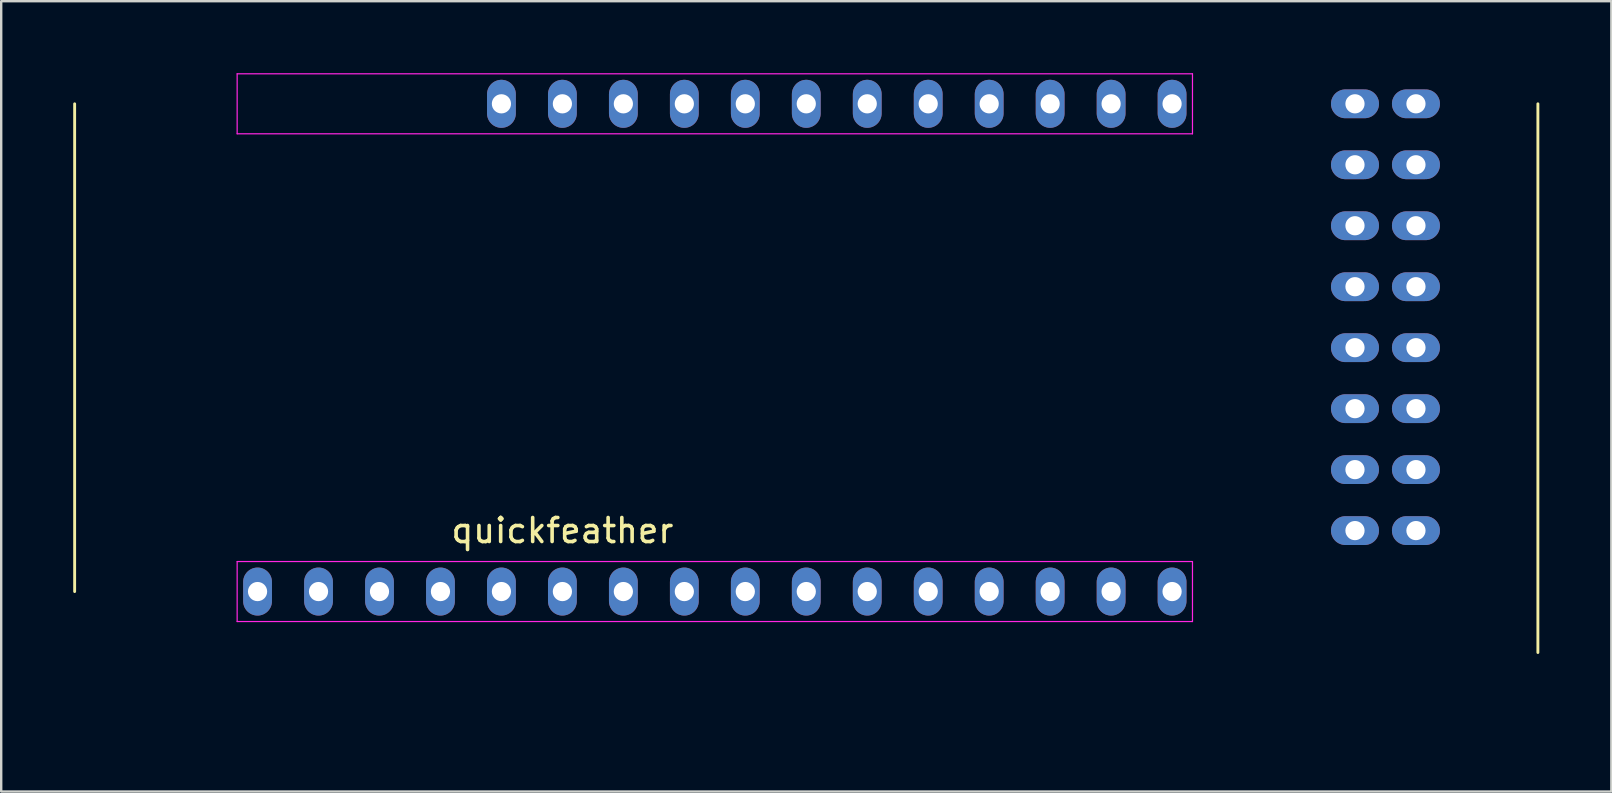
<source format=kicad_pcb>
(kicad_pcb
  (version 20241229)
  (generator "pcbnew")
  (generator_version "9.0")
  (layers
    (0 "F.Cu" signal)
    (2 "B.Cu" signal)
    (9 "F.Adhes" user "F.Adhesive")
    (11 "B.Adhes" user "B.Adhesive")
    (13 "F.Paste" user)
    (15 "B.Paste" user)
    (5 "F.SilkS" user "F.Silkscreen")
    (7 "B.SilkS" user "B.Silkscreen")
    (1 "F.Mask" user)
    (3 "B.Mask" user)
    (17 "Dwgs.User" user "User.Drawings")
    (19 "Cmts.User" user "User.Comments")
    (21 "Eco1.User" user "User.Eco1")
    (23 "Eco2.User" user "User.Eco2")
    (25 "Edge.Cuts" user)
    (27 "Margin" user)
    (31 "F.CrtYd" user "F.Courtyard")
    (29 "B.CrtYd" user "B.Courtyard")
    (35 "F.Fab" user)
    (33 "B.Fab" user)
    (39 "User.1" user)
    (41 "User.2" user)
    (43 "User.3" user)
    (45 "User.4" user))
  (footprint "quickfeather"
    (layer "F.Cu")
    (at 25.46 26.675)
    (property "Reference" "quickfeather" (at -5.08 -7.62 0) (layer "F.SilkS") (effects (font (size 1 1) (thickness 0.15))))
    (attr through_hole)
    (fp_line (start -25.4 -25.4) (end -25.4 -5.08) (stroke (width 0.12) (type solid)) (layer "F.SilkS"))
    (fp_line (start 35.56 -25.4) (end 35.56 -2.54) (stroke (width 0.12) (type solid)) (layer "F.SilkS"))
    (fp_line (start -18.63 -26.65) (end 21.17 -26.65) (stroke (width 0.05) (type solid)) (layer "F.CrtYd"))
    (fp_line (start -18.63 -24.15) (end -18.63 -26.65) (stroke (width 0.05) (type solid)) (layer "F.CrtYd"))
    (fp_line (start -18.63 -6.33) (end 21.17 -6.33) (stroke (width 0.05) (type solid)) (layer "F.CrtYd"))
    (fp_line (start -18.63 -3.83) (end -18.63 -6.33) (stroke (width 0.05) (type solid)) (layer "F.CrtYd"))
    (fp_line (start 21.17 -26.65) (end 21.17 -24.15) (stroke (width 0.05) (type solid)) (layer "F.CrtYd"))
    (fp_line (start 21.17 -24.15) (end -18.63 -24.15) (stroke (width 0.05) (type solid)) (layer "F.CrtYd"))
    (fp_line (start 21.17 -6.33) (end 21.17 -3.83) (stroke (width 0.05) (type solid)) (layer "F.CrtYd"))
    (fp_line (start 21.17 -3.83) (end -18.63 -3.83) (stroke (width 0.05) (type solid)) (layer "F.CrtYd"))
    (pad "1" thru_hole oval (at 20.32 -5.08) (size 1.2 2) (drill 0.8) (layers "*.Cu" "*.Mask"))
    (pad "2" thru_hole oval (at 17.78 -5.08) (size 1.2 2) (drill 0.8) (layers "*.Cu" "*.Mask"))
    (pad "3" thru_hole oval (at 15.24 -5.08) (size 1.2 2) (drill 0.8) (layers "*.Cu" "*.Mask"))
    (pad "4" thru_hole oval (at 12.7 -5.08) (size 1.2 2) (drill 0.8) (layers "*.Cu" "*.Mask"))
    (pad "5" thru_hole oval (at 10.16 -5.08) (size 1.2 2) (drill 0.8) (layers "*.Cu" "*.Mask"))
    (pad "6" thru_hole oval (at 7.62 -5.08) (size 1.2 2) (drill 0.8) (layers "*.Cu" "*.Mask"))
    (pad "7" thru_hole oval (at 5.08 -5.08) (size 1.2 2) (drill 0.8) (layers "*.Cu" "*.Mask"))
    (pad "8" thru_hole oval (at 2.54 -5.08) (size 1.2 2) (drill 0.8) (layers "*.Cu" "*.Mask"))
    (pad "9" thru_hole oval (at 0 -5.08) (size 1.2 2) (drill 0.8) (layers "*.Cu" "*.Mask"))
    (pad "10" thru_hole oval (at -2.54 -5.08) (size 1.2 2) (drill 0.8) (layers "*.Cu" "*.Mask"))
    (pad "11" thru_hole oval (at -5.08 -5.08) (size 1.2 2) (drill 0.8) (layers "*.Cu" "*.Mask"))
    (pad "12" thru_hole oval (at -7.62 -5.08) (size 1.2 2) (drill 0.8) (layers "*.Cu" "*.Mask"))
    (pad "13" thru_hole oval (at -10.16 -5.08) (size 1.2 2) (drill 0.8) (layers "*.Cu" "*.Mask"))
    (pad "14" thru_hole oval (at -12.7 -5.08) (size 1.2 2) (drill 0.8) (layers "*.Cu" "*.Mask"))
    (pad "15" thru_hole oval (at -15.24 -5.08) (size 1.2 2) (drill 0.8) (layers "*.Cu" "*.Mask"))
    (pad "16" thru_hole oval (at -17.78 -5.08) (size 1.2 2) (drill 0.8) (layers "*.Cu" "*.Mask"))
    (pad "17" thru_hole oval (at 27.94 -25.4 90) (size 1.2 2) (drill 0.8) (layers "*.Cu" "*.Mask"))
    (pad "18" thru_hole oval (at 27.94 -22.86 90) (size 1.2 2) (drill 0.8) (layers "*.Cu" "*.Mask"))
    (pad "19" thru_hole oval (at 27.94 -20.32 90) (size 1.2 2) (drill 0.8) (layers "*.Cu" "*.Mask"))
    (pad "20" thru_hole oval (at 27.94 -17.78 90) (size 1.2 2) (drill 0.8) (layers "*.Cu" "*.Mask"))
    (pad "21" thru_hole oval (at 27.94 -15.24 90) (size 1.2 2) (drill 0.8) (layers "*.Cu" "*.Mask"))
    (pad "22" thru_hole oval (at 27.94 -12.7 90) (size 1.2 2) (drill 0.8) (layers "*.Cu" "*.Mask"))
    (pad "23" thru_hole oval (at 27.94 -10.16 90) (size 1.2 2) (drill 0.8) (layers "*.Cu" "*.Mask"))
    (pad "24" thru_hole oval (at 27.94 -7.62 90) (size 1.2 2) (drill 0.8) (layers "*.Cu" "*.Mask"))
    (pad "25" thru_hole oval (at 20.32 -25.4) (size 1.2 2) (drill 0.8) (layers "*.Cu" "*.Mask"))
    (pad "26" thru_hole oval (at 17.78 -25.4) (size 1.2 2) (drill 0.8) (layers "*.Cu" "*.Mask"))
    (pad "27" thru_hole oval (at 15.24 -25.4) (size 1.2 2) (drill 0.8) (layers "*.Cu" "*.Mask"))
    (pad "28" thru_hole oval (at 12.7 -25.4) (size 1.2 2) (drill 0.8) (layers "*.Cu" "*.Mask"))
    (pad "29" thru_hole oval (at 10.16 -25.4) (size 1.2 2) (drill 0.8) (layers "*.Cu" "*.Mask"))
    (pad "30" thru_hole oval (at 7.62 -25.4) (size 1.2 2) (drill 0.8) (layers "*.Cu" "*.Mask"))
    (pad "31" thru_hole oval (at 5.08 -25.4) (size 1.2 2) (drill 0.8) (layers "*.Cu" "*.Mask"))
    (pad "32" thru_hole oval (at 2.54 -25.4) (size 1.2 2) (drill 0.8) (layers "*.Cu" "*.Mask"))
    (pad "33" thru_hole oval (at 0 -25.4) (size 1.2 2) (drill 0.8) (layers "*.Cu" "*.Mask"))
    (pad "34" thru_hole oval (at -2.54 -25.4) (size 1.2 2) (drill 0.8) (layers "*.Cu" "*.Mask"))
    (pad "35" thru_hole oval (at -5.08 -25.4) (size 1.2 2) (drill 0.8) (layers "*.Cu" "*.Mask"))
    (pad "36" thru_hole oval (at -7.62 -25.4) (size 1.2 2) (drill 0.8) (layers "*.Cu" "*.Mask"))
    (pad "37" thru_hole oval (at 30.48 -25.4 90) (size 1.2 2) (drill 0.8) (layers "*.Cu" "*.Mask"))
    (pad "38" thru_hole oval (at 30.48 -22.86 90) (size 1.2 2) (drill 0.8) (layers "*.Cu" "*.Mask"))
    (pad "39" thru_hole oval (at 30.48 -20.32 90) (size 1.2 2) (drill 0.8) (layers "*.Cu" "*.Mask"))
    (pad "40" thru_hole oval (at 30.48 -17.78 90) (size 1.2 2) (drill 0.8) (layers "*.Cu" "*.Mask"))
    (pad "41" thru_hole oval (at 30.48 -15.24 90) (size 1.2 2) (drill 0.8) (layers "*.Cu" "*.Mask"))
    (pad "42" thru_hole oval (at 30.48 -12.7 90) (size 1.2 2) (drill 0.8) (layers "*.Cu" "*.Mask"))
    (pad "43" thru_hole oval (at 30.48 -10.16 90) (size 1.2 2) (drill 0.8) (layers "*.Cu" "*.Mask"))
    (pad "44" thru_hole oval (at 30.48 -7.62 90) (size 1.2 2) (drill 0.8) (layers "*.Cu" "*.Mask")))
  (gr_rect
    (start -3 -3)
    (end 64.08 29.925)
    (stroke (width 0.1) (type default))
    (fill no)
    (layer "Edge.Cuts")))
</source>
